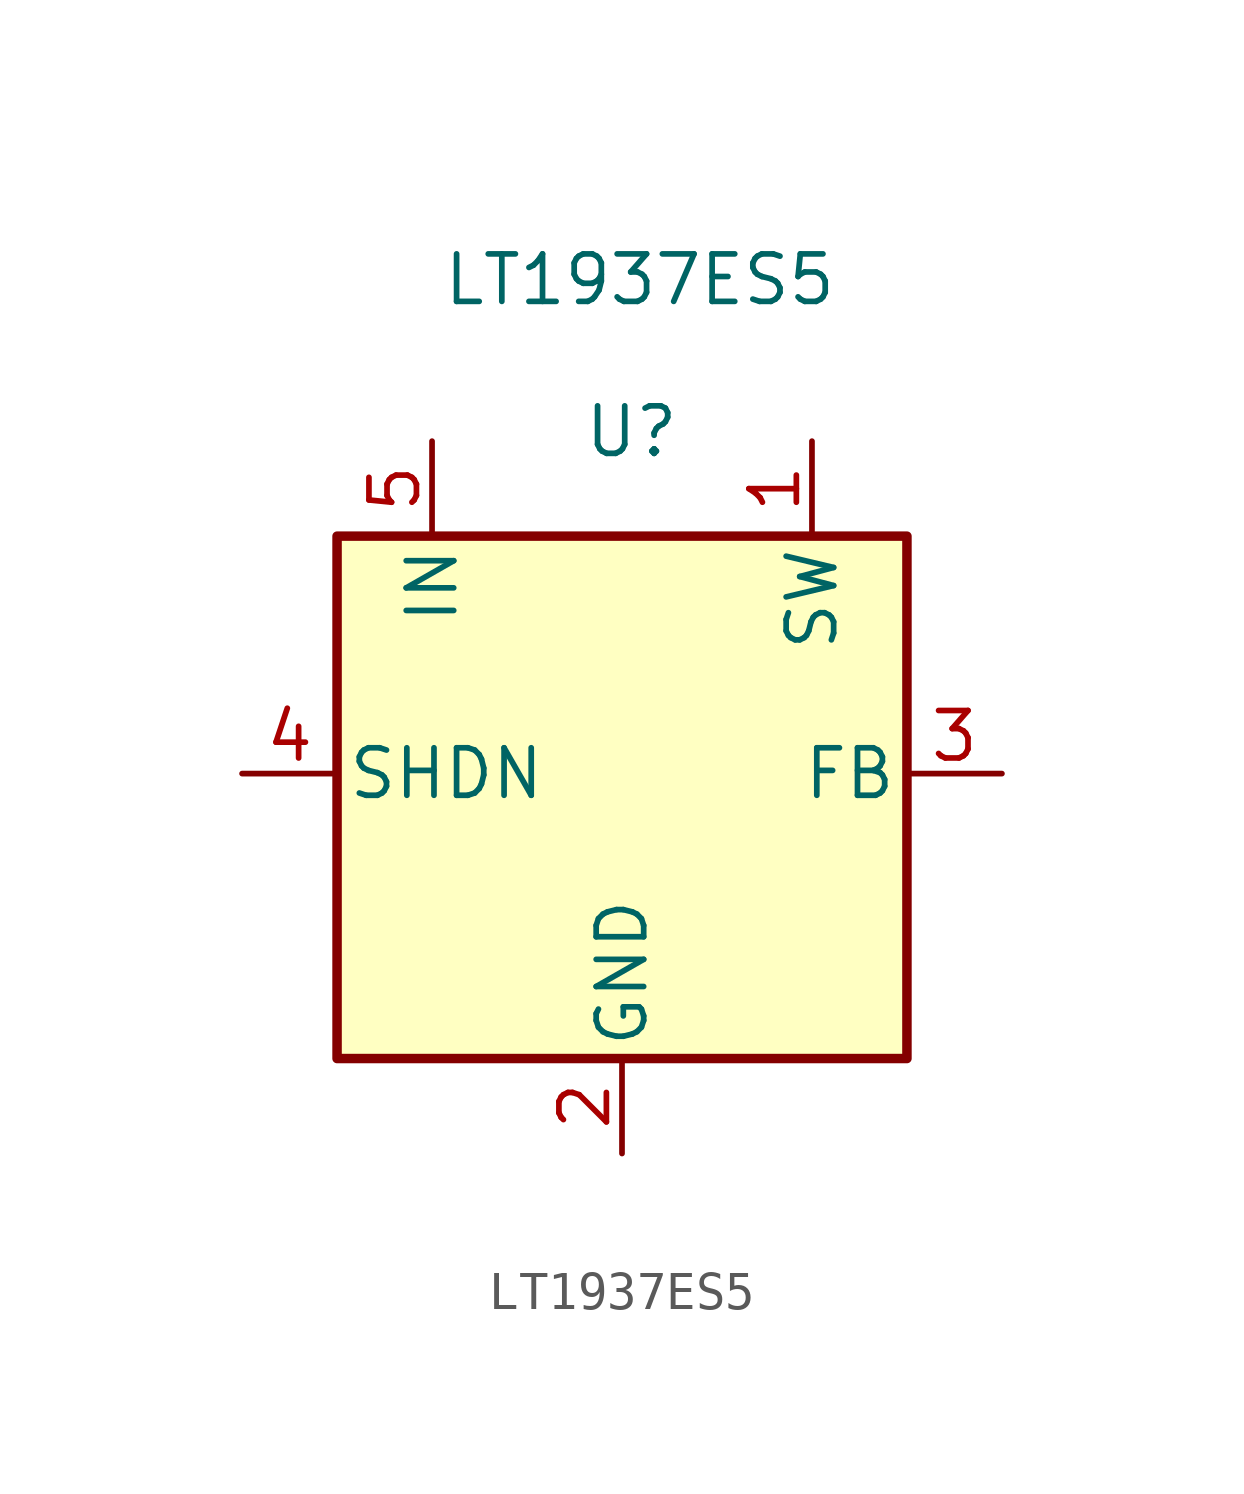
<source format=kicad_sym>
(kicad_symbol_lib
  (version 20241209)
  (generator "kicad_symbol_editor")
  (generator_version "9.0")
  (symbol "LT1937ES5"
    (pin_names
      (offset 0.254))
    (property "Reference" "U"
      (at 0.254 9.144 0)
      (effects (font (size 1.27 1.27))))
    (property "Value" "LT1937ES5"
      (at -4.826 13.208 0)
      (effects (font (size 1.27 1.27)) (justify left)))
    (symbol "LT1937ES5_0_1"
      (rectangle (start -7.62 6.35) (end 7.62 -7.62) (stroke (width 0.254) (type default)) (fill (type background))))
    (symbol "LT1937ES5_1_1"
      (pin input line (at -10.16 0 0) (length 2.54) (name "SHDN" (effects (font (size 1.27 1.27)))) (number "4" (effects (font (size 1.27 1.27)))))
      (pin power_out line (at -5.08 8.89 270) (length 2.54) (name "IN" (effects (font (size 1.27 1.27)))) (number "5" (effects (font (size 1.27 1.27)))))
      (pin power_in line (at 0 -10.16 90) (length 2.54) (name "GND" (effects (font (size 1.27 1.27)))) (number "2" (effects (font (size 1.27 1.27)))))
      (pin power_in line (at 5.08 8.89 270) (length 2.54) (name "SW" (effects (font (size 1.27 1.27)))) (number "1" (effects (font (size 1.27 1.27)))))
      (pin input line (at 10.16 0 180) (length 2.54) (name "FB" (effects (font (size 1.27 1.27)))) (number "3" (effects (font (size 1.27 1.27))))))))
</source>
